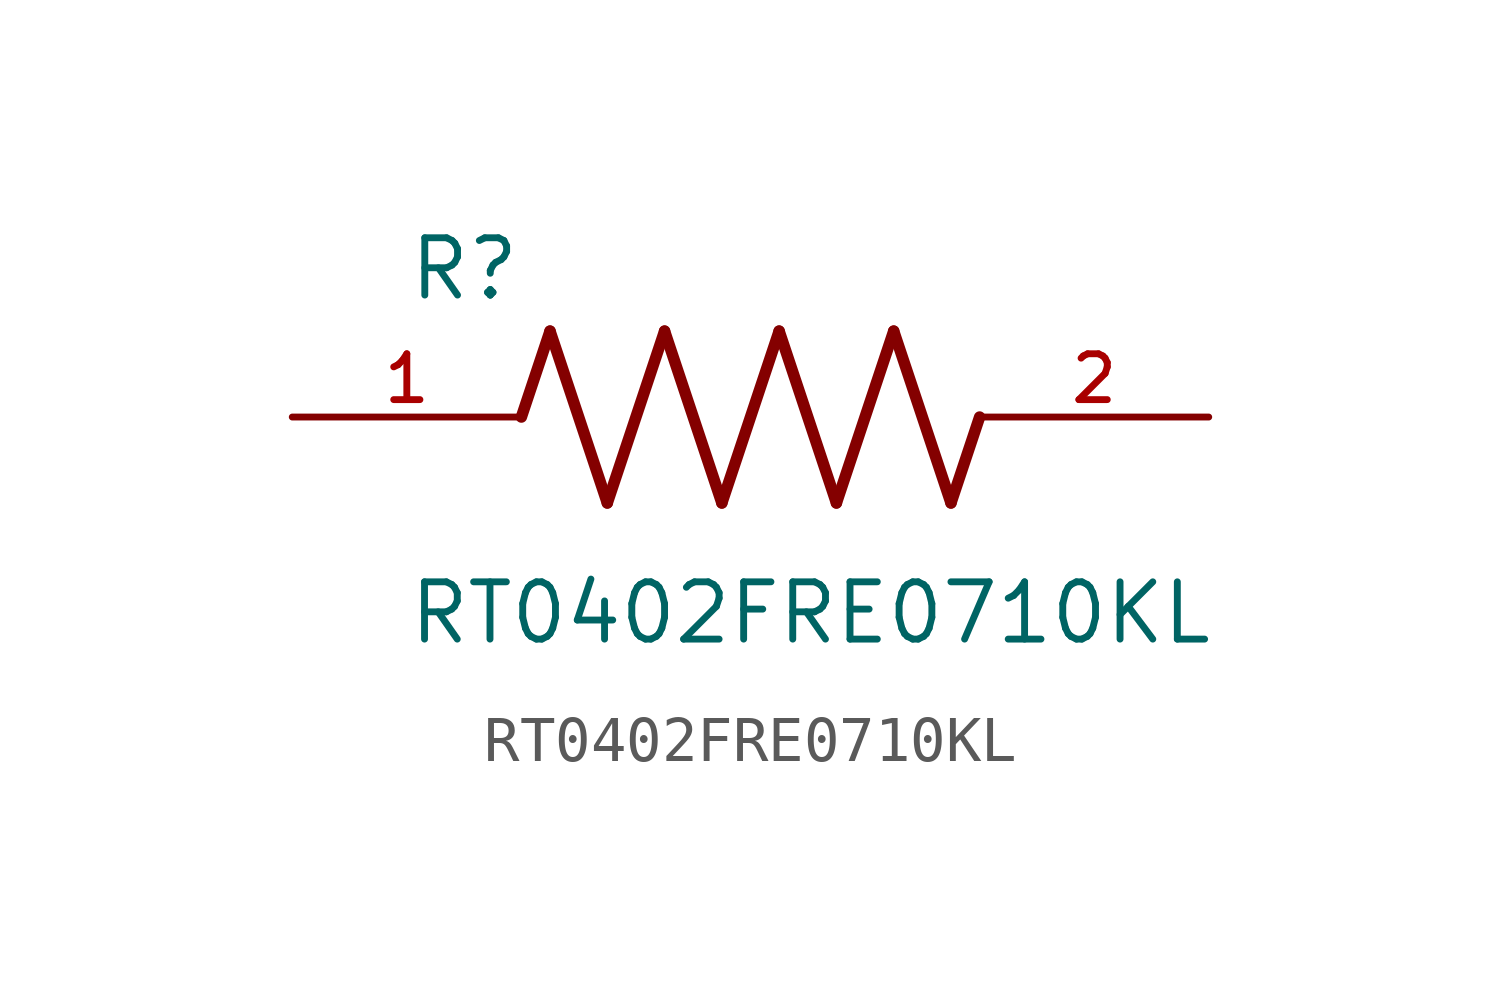
<source format=kicad_sym>
(kicad_symbol_lib
  (version 20211014)
  (generator kicad_symbol_editor)
  (symbol "RT0402FRE0710KL"
    (pin_names
      (offset 1.016))
    (property "Reference" "R"
      (at -7.624 2.541 0)
      (effects (font (size 1.27 1.27)) (justify bottom left)))
    (property "Value" "RT0402FRE0710KL"
      (at -7.63 -5.087 0)
      (effects (font (size 1.27 1.27)) (justify bottom left)))
    (symbol "RT0402FRE0710KL_0_0"
      (polyline (pts (xy -5.08 0.0) (xy -4.445 1.905)) (stroke (width 0.254)))
      (polyline (pts (xy -4.445 1.905) (xy -3.175 -1.905)) (stroke (width 0.254)))
      (polyline (pts (xy -3.175 -1.905) (xy -1.905 1.905)) (stroke (width 0.254)))
      (polyline (pts (xy -1.905 1.905) (xy -0.635 -1.905)) (stroke (width 0.254)))
      (polyline (pts (xy -0.635 -1.905) (xy 0.635 1.905)) (stroke (width 0.254)))
      (polyline (pts (xy 0.635 1.905) (xy 1.905 -1.905)) (stroke (width 0.254)))
      (polyline (pts (xy 1.905 -1.905) (xy 3.175 1.905)) (stroke (width 0.254)))
      (polyline (pts (xy 3.175 1.905) (xy 4.445 -1.905)) (stroke (width 0.254)))
      (polyline (pts (xy 4.445 -1.905) (xy 5.08 0.0)) (stroke (width 0.254)))
      (pin passive line (at -10.16 0.0 0) (length 5.08) (name "~" (effects (font (size 1.016 1.016)))) (number "1" (effects (font (size 1.016 1.016)))))
      (pin passive line (at 10.16 0.0 180.0) (length 5.08) (name "~" (effects (font (size 1.016 1.016)))) (number "2" (effects (font (size 1.016 1.016))))))))
</source>
